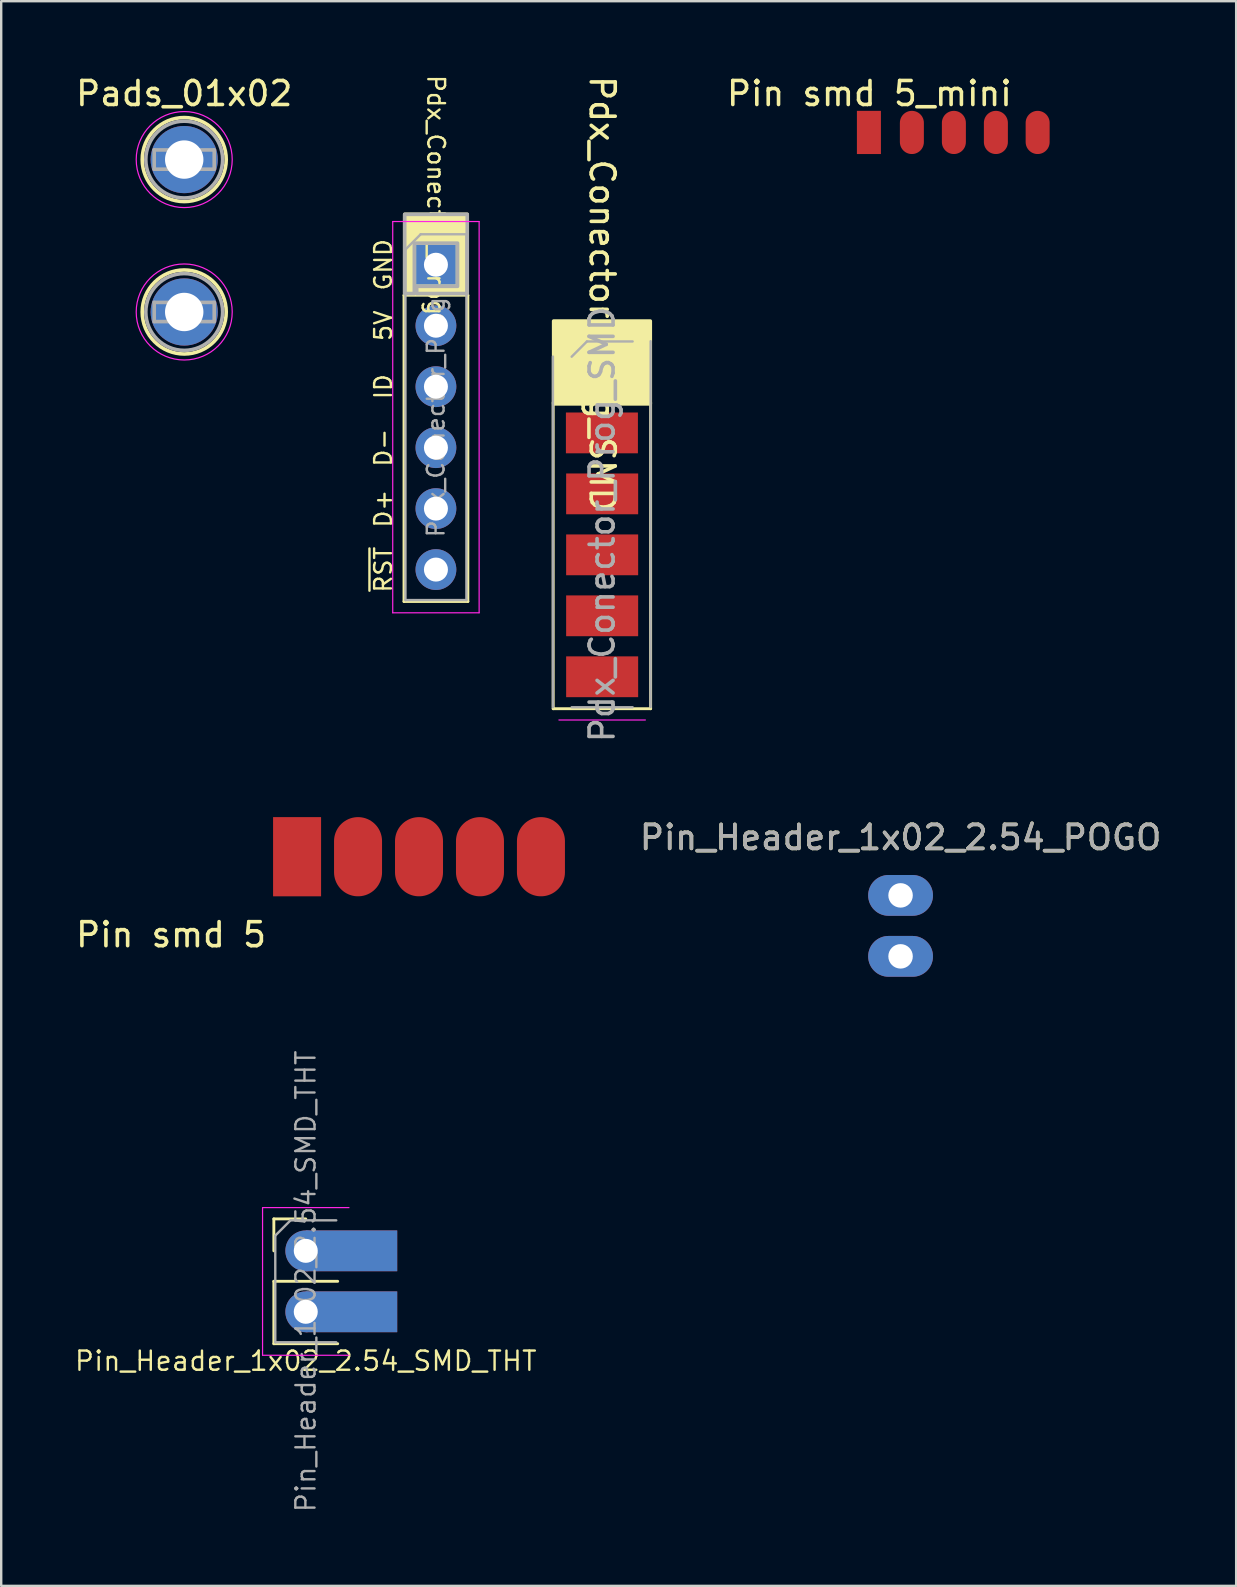
<source format=kicad_pcb>
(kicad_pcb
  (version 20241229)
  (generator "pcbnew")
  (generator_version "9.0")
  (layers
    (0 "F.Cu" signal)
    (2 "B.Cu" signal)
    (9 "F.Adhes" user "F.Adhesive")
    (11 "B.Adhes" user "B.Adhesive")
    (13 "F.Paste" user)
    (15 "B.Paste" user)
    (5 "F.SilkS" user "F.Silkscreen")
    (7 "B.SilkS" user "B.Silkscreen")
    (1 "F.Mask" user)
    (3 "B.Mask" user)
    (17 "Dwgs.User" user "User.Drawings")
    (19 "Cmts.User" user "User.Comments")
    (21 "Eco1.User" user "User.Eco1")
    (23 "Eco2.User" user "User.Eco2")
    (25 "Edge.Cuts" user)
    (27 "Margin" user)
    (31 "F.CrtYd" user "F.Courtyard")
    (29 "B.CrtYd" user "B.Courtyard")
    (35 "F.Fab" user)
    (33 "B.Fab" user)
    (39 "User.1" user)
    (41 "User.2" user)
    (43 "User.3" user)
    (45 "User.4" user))
  (footprint "Pdx_Conector_Prog_SMD"
    (layer "F.Cu")
    (at 22.037 12.446)
    (property "Reference" "Pdx_Conector_Prog_SMD" (at 0 -3.25 270) (unlocked yes) (layer "F.SilkS") (effects (font (size 1 1) (thickness 0.15))))
    (attr through_hole)
    (fp_line (start -2.04 1.27) (end -2.04 14.03) (stroke (width 0.12) (type solid)) (layer "F.SilkS"))
    (fp_line (start -2.04 14.03) (end 2.02 14.03) (stroke (width 0.12) (type solid)) (layer "F.SilkS"))
    (fp_line (start -1.33 -1.33) (end 0 -1.33) (stroke (width 0.12) (type solid)) (layer "F.SilkS"))
    (fp_line (start -1.33 0) (end -1.33 -1.33) (stroke (width 0.12) (type solid)) (layer "F.SilkS"))
    (fp_line (start 2.02 1.27) (end 2.02 14.03) (stroke (width 0.12) (type solid)) (layer "F.SilkS"))
    (fp_poly (pts (xy 2.005 1.33) (xy 2.005 0.23) (xy 2.005 -2.12) (xy -2.02 -2.12) (xy -2.02 1.33)) (stroke (width 0.15) (type solid)) (fill yes) (layer "F.SilkS"))
    (fp_line (start -1.8 14.5) (end 1.8 14.5) (stroke (width 0.05) (type solid)) (layer "F.CrtYd"))
    (fp_line (start -2.05 13.965) (end -2.05 -0.64) (stroke (width 0.1) (type solid)) (layer "F.Fab"))
    (fp_line (start -1.27 -0.635) (end -0.635 -1.27) (stroke (width 0.1) (type solid)) (layer "F.Fab"))
    (fp_line (start -0.635 -1.27) (end 1.27 -1.27) (stroke (width 0.1) (type solid)) (layer "F.Fab"))
    (fp_line (start 1.27 13.97) (end -1.27 13.97) (stroke (width 0.1) (type solid)) (layer "F.Fab"))
    (fp_line (start 2.02 -1.28) (end 2.02 13.96) (stroke (width 0.1) (type solid)) (layer "F.Fab"))
    (fp_text user "${REFERENCE}" (at 0 6.35 90) (layer "F.Fab") (effects (font (size 1 1) (thickness 0.15))))
    (pad "1" smd rect (at 0 0) (size 3 1.7) (layers "F.Cu" "F.Mask" "F.Paste"))
    (pad "2" smd rect (at -0.01 2.54) (size 3 1.7) (layers "F.Cu" "F.Mask" "F.Paste"))
    (pad "3" smd rect (at 0 5.08) (size 3 1.7) (layers "F.Cu" "F.Mask" "F.Paste"))
    (pad "4" smd rect (at 0 7.62) (size 3 1.7) (layers "F.Cu" "F.Mask" "F.Paste"))
    (pad "5" smd rect (at 0 10.16) (size 3 1.7) (layers "F.Cu" "F.Mask" "F.Paste"))
    (pad "6" smd rect (at 0 12.7) (size 3 1.7) (layers "F.Cu" "F.Mask" "F.Paste")))
  (footprint "Pin_Header_1x02_2.54_SMD_THT"
    (layer "F.Cu")
    (at 9.689 49.063)
    (property "Reference" "Pin_Header_1x02_2.54_SMD_THT" (at 0 4.59 180) (layer "F.SilkS") (effects (font (size 0.8 0.8) (thickness 0.1))))
    (attr through_hole)
    (fp_line (start -1.33 -1.33) (end 0 -1.33) (stroke (width 0.12) (type solid)) (layer "F.SilkS"))
    (fp_line (start -1.33 0) (end -1.33 -1.33) (stroke (width 0.12) (type solid)) (layer "F.SilkS"))
    (fp_line (start -1.33 1.27) (end -1.33 3.87) (stroke (width 0.12) (type solid)) (layer "F.SilkS"))
    (fp_line (start -1.33 1.27) (end 1.33 1.27) (stroke (width 0.12) (type solid)) (layer "F.SilkS"))
    (fp_line (start -1.33 3.87) (end 1.33 3.87) (stroke (width 0.12) (type solid)) (layer "F.SilkS"))
    (fp_line (start -1.8 -1.8) (end -1.8 4.35) (stroke (width 0.05) (type solid)) (layer "F.CrtYd"))
    (fp_line (start -1.8 4.35) (end 1.8 4.35) (stroke (width 0.05) (type solid)) (layer "F.CrtYd"))
    (fp_line (start 1.8 -1.8) (end -1.8 -1.8) (stroke (width 0.05) (type solid)) (layer "F.CrtYd"))
    (fp_line (start -1.27 -0.635) (end -0.635 -1.27) (stroke (width 0.1) (type solid)) (layer "F.Fab"))
    (fp_line (start -1.27 3.81) (end -1.27 -0.635) (stroke (width 0.1) (type solid)) (layer "F.Fab"))
    (fp_line (start -0.635 -1.27) (end 1.27 -1.27) (stroke (width 0.1) (type solid)) (layer "F.Fab"))
    (fp_line (start 1.27 3.81) (end -1.27 3.81) (stroke (width 0.1) (type solid)) (layer "F.Fab"))
    (fp_text user "${REFERENCE}" (at 0 1.27 270) (layer "F.Fab") (effects (font (size 0.8 0.8) (thickness 0.1))))
    (pad "1" thru_hole circle (at 0 0) (size 1.7 1.7) (drill 1) (layers "*.Cu" "*.Mask"))
    (pad "1" smd rect (at 1.905 0) (size 3.81 1.7) (layers "F.Cu" "F.Mask"))
    (pad "1" smd rect (at 1.905 0) (size 3.81 1.7) (layers "B.Cu" "B.Mask"))
    (pad "2" thru_hole oval (at 0 2.54) (size 1.7 1.7) (drill 1) (layers "*.Cu" "*.Mask"))
    (pad "2" smd rect (at 1.905 2.54) (size 3.81 1.7) (layers "F.Cu" "F.Mask"))
    (pad "2" smd rect (at 1.905 2.54) (size 3.81 1.7) (layers "B.Cu" "B.Mask")))
  (footprint "Pdx_Conector_Prog"
    (layer "F.Cu")
    (at 15.112 7.98)
    (property "Reference" "Pdx_Conector_Prog" (at 0 -2.9 270) (unlocked yes) (layer "F.SilkS") (effects (font (size 0.7 0.7) (thickness 0.1))))
    (attr through_hole)
    (fp_line (start -1.33 1.27) (end -1.33 14.03) (stroke (width 0.12) (type solid)) (layer "F.SilkS"))
    (fp_line (start -1.33 1.27) (end 1.33 1.27) (stroke (width 0.12) (type solid)) (layer "F.SilkS"))
    (fp_line (start -1.33 14.03) (end 1.33 14.03) (stroke (width 0.12) (type solid)) (layer "F.SilkS"))
    (fp_line (start 1.33 1.27) (end 1.33 14.03) (stroke (width 0.12) (type solid)) (layer "F.SilkS"))
    (fp_poly (pts (xy -0.9 1.2) (xy -0.9 -0.9) (xy 0.9 -0.9) (xy 0.9 0.9) (xy -0.8 0.9) (xy -0.8 1.2) (xy 0.9 1.2) (xy 1.304 1.2) (xy 1.304 -2.1) (xy -1.3 -2.1) (xy -1.301 1.2)) (stroke (width 0.15) (type solid)) (fill yes) (layer "F.SilkS"))
    (fp_line (start -1.8 -1.8) (end -1.8 14.5) (stroke (width 0.05) (type solid)) (layer "F.CrtYd"))
    (fp_line (start -1.8 14.5) (end 1.8 14.5) (stroke (width 0.05) (type solid)) (layer "F.CrtYd"))
    (fp_line (start 1.8 -1.8) (end -1.8 -1.8) (stroke (width 0.05) (type solid)) (layer "F.CrtYd"))
    (fp_line (start 1.8 14.5) (end 1.8 -1.8) (stroke (width 0.05) (type solid)) (layer "F.CrtYd"))
    (fp_line (start -1.27 -0.635) (end -0.635 -1.27) (stroke (width 0.1) (type solid)) (layer "F.Fab"))
    (fp_line (start -1.27 13.97) (end -1.27 -0.635) (stroke (width 0.1) (type solid)) (layer "F.Fab"))
    (fp_line (start -0.635 -1.27) (end 1.27 -1.27) (stroke (width 0.1) (type solid)) (layer "F.Fab"))
    (fp_line (start 1.27 -1.27) (end 1.27 13.97) (stroke (width 0.1) (type solid)) (layer "F.Fab"))
    (fp_line (start 1.27 13.97) (end -1.27 13.97) (stroke (width 0.1) (type solid)) (layer "F.Fab"))
    (fp_poly (pts (xy -0.9 1.2) (xy -0.9 -0.9) (xy 0.9 -0.9) (xy 0.9 0.9) (xy -0.8 0.9) (xy -0.8 1.2) (xy 0.9 1.2) (xy 1.304 1.2) (xy 1.304 -2.1) (xy -1.3 -2.1) (xy -1.301 1.2)) (stroke (width 0.15) (type solid)) (fill no) (layer "F.Fab"))
    (fp_text user "D+" (at -2.194 10.16 270) (layer "F.SilkS") (effects (font (size 0.7 0.7) (thickness 0.1))))
    (fp_text user "D-" (at -2.194 7.62 270) (layer "F.SilkS") (effects (font (size 0.7 0.7) (thickness 0.1))))
    (fp_text user "ID" (at -2.194 5.08 270) (layer "F.SilkS") (effects (font (size 0.7 0.7) (thickness 0.1))))
    (fp_text user "~{RST}" (at -2.194 12.7 270) (layer "F.SilkS") (effects (font (size 0.7 0.7) (thickness 0.1))))
    (fp_text user "5V" (at -2.194 2.54 270) (layer "F.SilkS") (effects (font (size 0.7 0.7) (thickness 0.1))))
    (fp_text user "GND" (at -2.194 0 270) (layer "F.SilkS") (effects (font (size 0.7 0.7) (thickness 0.1))))
    (fp_text user "${REFERENCE}" (at 0 6.35 90) (layer "F.Fab") (effects (font (size 0.7 0.7) (thickness 0.1))))
    (pad "1" thru_hole rect (at 0 0) (size 1.7 1.7) (drill 1) (layers "*.Cu" "*.Mask"))
    (pad "2" thru_hole oval (at 0 2.54) (size 1.7 1.7) (drill 1) (layers "*.Cu" "*.Mask"))
    (pad "3" thru_hole oval (at 0 5.08) (size 1.7 1.7) (drill 1) (layers "*.Cu" "*.Mask"))
    (pad "4" thru_hole oval (at 0 7.62) (size 1.7 1.7) (drill 1) (layers "*.Cu" "*.Mask"))
    (pad "5" thru_hole oval (at 0 10.16) (size 1.7 1.7) (drill 1) (layers "*.Cu" "*.Mask"))
    (pad "6" thru_hole oval (at 0 12.7) (size 1.7 1.7) (drill 1) (layers "*.Cu" "*.Mask")))
  (footprint "Pin_Header_1x02_2.54_POGO"
    (layer "F.Cu")
    (at 34.47 34.254)
    (property "Reference" "Pin_Header_1x02_2.54_POGO" (at 0 -2.413 0) (layer "F.SilkS") (effects (font (size 1 1) (thickness 0.15))))
    (attr through_hole)
    (fp_text user "${REFERENCE}" (at 0 -2.413 0) (layer "F.Fab") (effects (font (size 1 1) (thickness 0.15))))
    (pad "1" thru_hole oval (at 0 0) (size 2.7 1.7) (drill 1.02) (layers "*.Cu" "*.Mask"))
    (pad "2" thru_hole oval (at 0 2.54) (size 2.7 1.7) (drill 1.02) (layers "*.Cu" "*.Mask")))
  (footprint "Pin smd 5"
    (layer "F.Cu")
    (at 9.327 32.643)
    (property "Reference" "Pin smd 5" (at -5.25 3.25 0) (layer "F.SilkS") (effects (font (size 1 1) (thickness 0.15))))
    (attr through_hole)
    (pad "1" smd rect (at 0 0) (size 2 3.3) (layers "F.Cu" "F.Mask" "F.Paste"))
    (pad "2" smd oval (at 2.54 0) (size 2 3.3) (layers "F.Cu" "F.Mask" "F.Paste"))
    (pad "3" smd oval (at 5.08 0) (size 2 3.3) (layers "F.Cu" "F.Mask" "F.Paste"))
    (pad "4" smd oval (at 7.62 0) (size 2 3.3) (layers "F.Cu" "F.Mask" "F.Paste"))
    (pad "5" smd oval (at 10.16 0) (size 2 3.3) (layers "F.Cu" "F.Mask" "F.Paste")))
  (footprint "Pin smd 5_mini"
    (layer "F.Cu")
    (at 33.151 2.468)
    (property "Reference" "Pin smd 5_mini" (at 0.02 -1.62 0) (layer "F.SilkS") (effects (font (size 1 1) (thickness 0.15))))
    (attr through_hole)
    (pad "1" smd rect (at 0 0) (size 1 1.8) (layers "F.Cu" "F.Mask" "F.Paste"))
    (pad "2" smd oval (at 1.79 0) (size 1 1.8) (layers "F.Cu" "F.Mask" "F.Paste"))
    (pad "3" smd oval (at 3.54 0) (size 1 1.8) (layers "F.Cu" "F.Mask" "F.Paste"))
    (pad "4" smd oval (at 5.29 0) (size 1 1.8) (layers "F.Cu" "F.Mask" "F.Paste"))
    (pad "5" smd oval (at 7.03 0) (size 1 1.8) (layers "F.Cu" "F.Mask" "F.Paste")))
  (footprint "Pads_01x02"
    (layer "F.Cu")
    (at 4.625 3.598)
    (property "Reference" "Pads_01x02" (at 0 -2.75 0) (layer "F.SilkS") (effects (font (size 1 1) (thickness 0.15))))
    (attr exclude_from_pos_files exclude_from_bom)
    (fp_circle (center 0 0) (end 1.75 0) (stroke (width 0.15) (type solid)) (fill no) (layer "F.SilkS"))
    (fp_circle (center 0 6.35) (end 1.75 6.35) (stroke (width 0.15) (type solid)) (fill no) (layer "F.SilkS"))
    (fp_circle (center 0 0) (end 2 0) (stroke (width 0.05) (type solid)) (fill no) (layer "F.CrtYd"))
    (fp_circle (center 0 6.35) (end 2 6.35) (stroke (width 0.05) (type solid)) (fill no) (layer "F.CrtYd"))
    (fp_line (start -1.25 -0.4) (end 1.25 -0.4) (stroke (width 0.15) (type solid)) (layer "F.Fab"))
    (fp_line (start -1.25 0.4) (end -1.25 -0.4) (stroke (width 0.15) (type solid)) (layer "F.Fab"))
    (fp_line (start -1.25 5.95) (end 1.25 5.95) (stroke (width 0.15) (type solid)) (layer "F.Fab"))
    (fp_line (start -1.25 6.75) (end -1.25 5.95) (stroke (width 0.15) (type solid)) (layer "F.Fab"))
    (fp_line (start 1.25 -0.4) (end 1.25 0.4) (stroke (width 0.15) (type solid)) (layer "F.Fab"))
    (fp_line (start 1.25 0.4) (end -1.25 0.4) (stroke (width 0.15) (type solid)) (layer "F.Fab"))
    (fp_line (start 1.25 5.95) (end 1.25 6.75) (stroke (width 0.15) (type solid)) (layer "F.Fab"))
    (fp_line (start 1.25 6.75) (end -1.25 6.75) (stroke (width 0.15) (type solid)) (layer "F.Fab"))
    (fp_circle (center 0 0) (end 1.6 0) (stroke (width 0.15) (type solid)) (fill no) (layer "F.Fab"))
    (fp_circle (center 0 6.35) (end 1.6 6.35) (stroke (width 0.15) (type solid)) (fill no) (layer "F.Fab"))
    (pad "1" thru_hole circle (at 0 0) (size 2.8 2.8) (drill 1.6) (layers "*.Cu" "*.Mask"))
    (pad "2" thru_hole circle (at 0 6.35) (size 2.8 2.8) (drill 1.6) (layers "*.Cu" "*.Mask")))
  (gr_rect
    (start -3 -3)
    (end 48.452 63.022)
    (stroke (width 0.1) (type default))
    (fill no)
    (layer "Edge.Cuts")))
</source>
